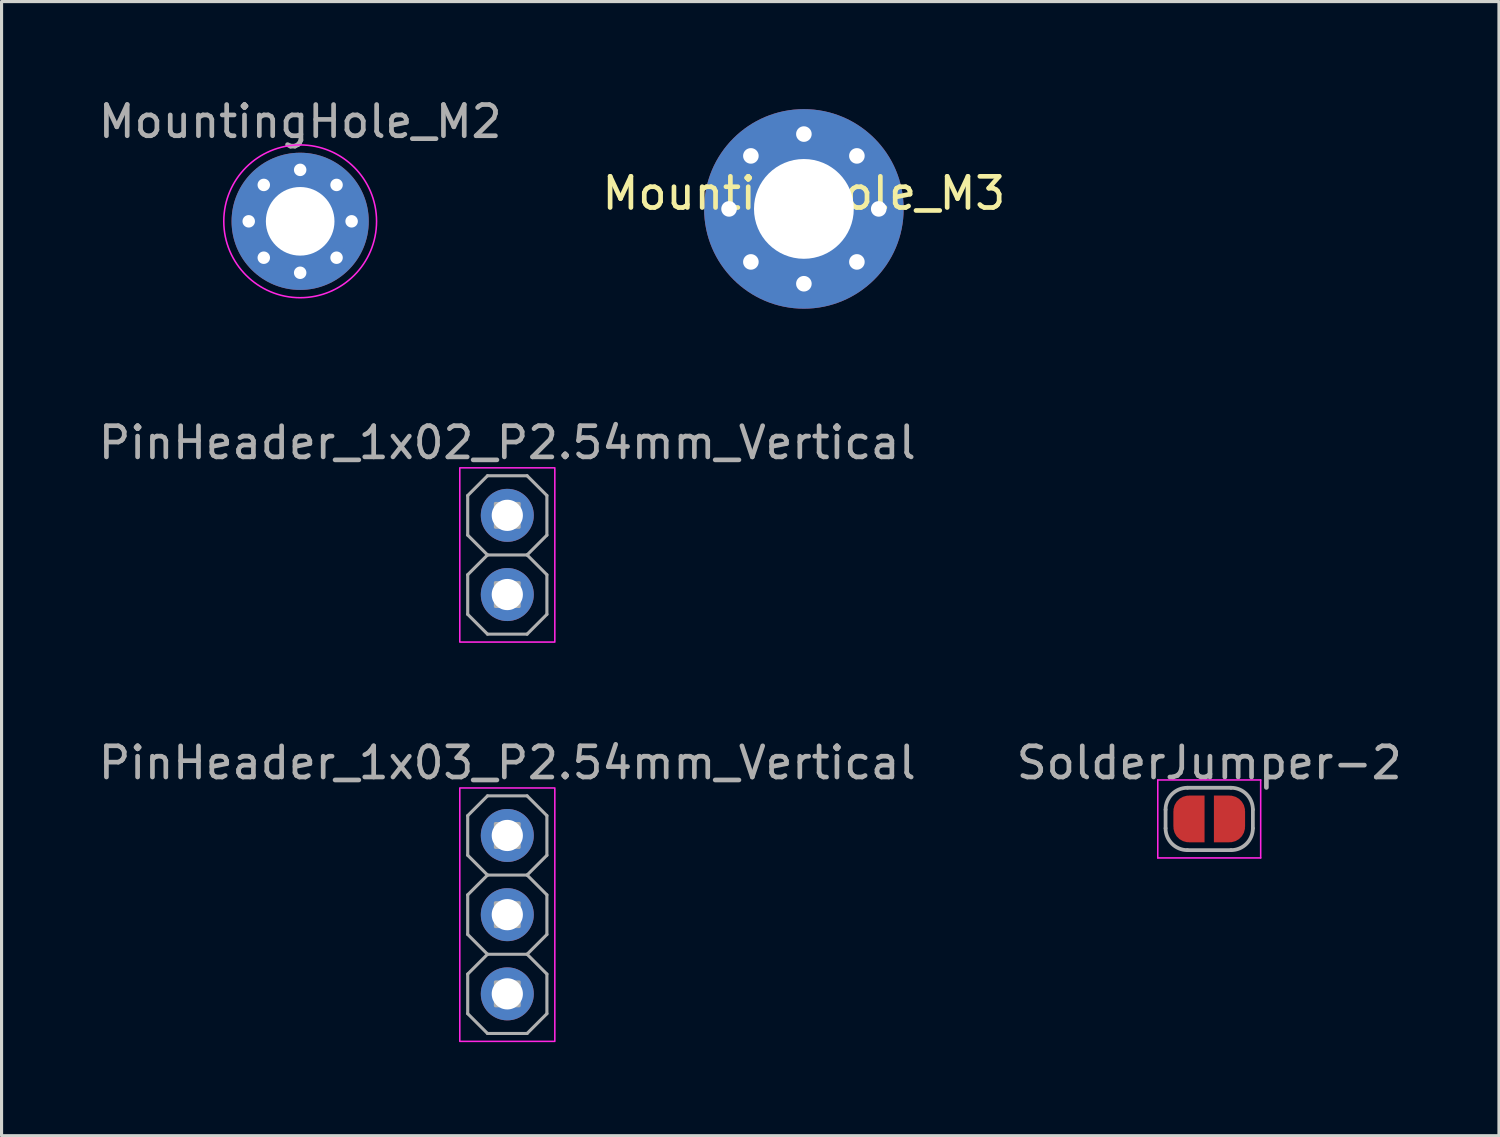
<source format=kicad_pcb>
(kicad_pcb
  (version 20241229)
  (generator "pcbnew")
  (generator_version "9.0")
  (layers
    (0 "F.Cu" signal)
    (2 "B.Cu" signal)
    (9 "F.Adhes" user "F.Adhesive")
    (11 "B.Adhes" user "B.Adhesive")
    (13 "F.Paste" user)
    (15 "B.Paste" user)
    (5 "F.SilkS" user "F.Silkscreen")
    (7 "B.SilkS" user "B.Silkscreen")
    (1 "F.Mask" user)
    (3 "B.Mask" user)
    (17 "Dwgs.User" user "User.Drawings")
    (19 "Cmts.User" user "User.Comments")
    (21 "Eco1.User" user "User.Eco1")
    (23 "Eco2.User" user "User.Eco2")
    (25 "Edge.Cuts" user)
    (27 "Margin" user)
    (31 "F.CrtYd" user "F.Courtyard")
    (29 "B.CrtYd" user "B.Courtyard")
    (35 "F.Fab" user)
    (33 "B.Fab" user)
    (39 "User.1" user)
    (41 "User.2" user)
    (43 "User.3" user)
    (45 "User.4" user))
  (footprint "PinHeader_1x02_P2.54mm_Vertical"
    (layer "F.Cu")
    (at 13.22 13.478)
    (property "Reference" "PinHeader_1x02_P2.54mm_Vertical" (at 0 -2.33 0) (layer "F.Fab") (effects (font (size 1 1) (thickness 0.15))))
    (attr through_hole)
    (fp_rect (start -1.524 -1.524) (end 1.524 4.064) (stroke (width 0.05) (type default)) (fill no) (layer "F.CrtYd"))
    (fp_line (start -1.27 -0.635) (end -0.635 -1.27) (stroke (width 0.1) (type solid)) (layer "F.Fab"))
    (fp_line (start -1.27 0.635) (end -1.27 -0.635) (stroke (width 0.1) (type solid)) (layer "F.Fab"))
    (fp_line (start -1.27 1.905) (end -0.635 1.27) (stroke (width 0.1) (type solid)) (layer "F.Fab"))
    (fp_line (start -1.27 3.175) (end -1.27 1.905) (stroke (width 0.1) (type solid)) (layer "F.Fab"))
    (fp_line (start -0.635 -1.27) (end 0.635 -1.27) (stroke (width 0.1) (type solid)) (layer "F.Fab"))
    (fp_line (start -0.635 1.27) (end -1.27 0.635) (stroke (width 0.1) (type solid)) (layer "F.Fab"))
    (fp_line (start -0.635 1.27) (end 0.635 1.27) (stroke (width 0.1) (type solid)) (layer "F.Fab"))
    (fp_line (start -0.635 3.81) (end -1.27 3.175) (stroke (width 0.1) (type solid)) (layer "F.Fab"))
    (fp_line (start -0.635 3.81) (end 0.635 3.81) (stroke (width 0.1) (type solid)) (layer "F.Fab"))
    (fp_line (start 0.635 -1.27) (end 1.27 -0.635) (stroke (width 0.1) (type solid)) (layer "F.Fab"))
    (fp_line (start 0.635 1.27) (end 1.27 1.905) (stroke (width 0.1) (type solid)) (layer "F.Fab"))
    (fp_line (start 1.27 0.635) (end 0.635 1.27) (stroke (width 0.1) (type solid)) (layer "F.Fab"))
    (fp_line (start 1.27 0.635) (end 1.27 -0.635) (stroke (width 0.1) (type solid)) (layer "F.Fab"))
    (fp_line (start 1.27 3.175) (end 0.635 3.81) (stroke (width 0.1) (type solid)) (layer "F.Fab"))
    (fp_line (start 1.27 3.175) (end 1.27 1.905) (stroke (width 0.1) (type solid)) (layer "F.Fab"))
    (fp_rect (start -0.381 -0.381) (end 0.381 0.381) (stroke (width 0.1) (type default)) (fill no) (layer "F.Fab"))
    (fp_rect (start -0.381 2.159) (end 0.381 2.921) (stroke (width 0.1) (type default)) (fill no) (layer "F.Fab"))
    (fp_rect (start -0.127 -0.127) (end 0.127 0.127) (stroke (width 0.1) (type default)) (fill no) (layer "F.Fab"))
    (fp_rect (start -0.127 2.413) (end 0.127 2.667) (stroke (width 0.1) (type default)) (fill no) (layer "F.Fab"))
    (pad "1" thru_hole circle (at 0 0) (size 1.7 1.7) (drill 1) (layers "*.Cu" "*.Mask"))
    (pad "2" thru_hole oval (at 0 2.54) (size 1.7 1.7) (drill 1) (layers "*.Cu" "*.Mask")))
  (footprint "MountingHole_M2"
    (layer "F.Cu")
    (at 6.577 4.048)
    (property "Reference" "MountingHole_M2" (at 0 -3.2 0) (layer "F.Fab") (effects (font (size 1 1) (thickness 0.15))))
    (attr exclude_from_pos_files exclude_from_bom allow_soldermask_bridges)
    (fp_circle (center 0 0) (end 2.45 0) (stroke (width 0.05) (type solid)) (fill no) (layer "F.CrtYd"))
    (pad "1" thru_hole circle (at -1.65 0) (size 0.7 0.7) (drill 0.4) (layers "*.Cu" "*.Mask"))
    (pad "1" thru_hole circle (at -1.167 -1.167) (size 0.7 0.7) (drill 0.4) (layers "*.Cu" "*.Mask"))
    (pad "1" thru_hole circle (at -1.167 1.167) (size 0.7 0.7) (drill 0.4) (layers "*.Cu" "*.Mask"))
    (pad "1" thru_hole circle (at 0 -1.65) (size 0.7 0.7) (drill 0.4) (layers "*.Cu" "*.Mask"))
    (pad "1" thru_hole circle (at 0 0) (size 4.4 4.4) (drill 2.2) (layers "*.Cu" "*.Mask"))
    (pad "1" thru_hole circle (at 0 1.65) (size 0.7 0.7) (drill 0.4) (layers "*.Cu" "*.Mask"))
    (pad "1" thru_hole circle (at 1.167 -1.167) (size 0.7 0.7) (drill 0.4) (layers "*.Cu" "*.Mask"))
    (pad "1" thru_hole circle (at 1.167 1.167) (size 0.7 0.7) (drill 0.4) (layers "*.Cu" "*.Mask"))
    (pad "1" thru_hole circle (at 1.65 0) (size 0.7 0.7) (drill 0.4) (layers "*.Cu" "*.Mask")))
  (footprint "PinHeader_1x03_P2.54mm_Vertical"
    (layer "F.Cu")
    (at 13.22 23.745)
    (property "Reference" "PinHeader_1x03_P2.54mm_Vertical" (at 0 -2.33 0) (layer "F.Fab") (effects (font (size 1 1) (thickness 0.15))))
    (attr through_hole)
    (fp_rect (start -1.524 -1.524) (end 1.524 6.604) (stroke (width 0.05) (type default)) (fill no) (layer "F.CrtYd"))
    (fp_line (start -1.27 -0.635) (end -0.635 -1.27) (stroke (width 0.1) (type solid)) (layer "F.Fab"))
    (fp_line (start -1.27 0.635) (end -1.27 -0.635) (stroke (width 0.1) (type solid)) (layer "F.Fab"))
    (fp_line (start -1.27 1.905) (end -0.635 1.27) (stroke (width 0.1) (type solid)) (layer "F.Fab"))
    (fp_line (start -1.27 3.175) (end -1.27 1.905) (stroke (width 0.1) (type solid)) (layer "F.Fab"))
    (fp_line (start -1.27 4.445) (end -0.635 3.81) (stroke (width 0.1) (type solid)) (layer "F.Fab"))
    (fp_line (start -1.27 5.715) (end -1.27 4.445) (stroke (width 0.1) (type solid)) (layer "F.Fab"))
    (fp_line (start -0.635 -1.27) (end 0.635 -1.27) (stroke (width 0.1) (type solid)) (layer "F.Fab"))
    (fp_line (start -0.635 1.27) (end -1.27 0.635) (stroke (width 0.1) (type solid)) (layer "F.Fab"))
    (fp_line (start -0.635 1.27) (end 0.635 1.27) (stroke (width 0.1) (type solid)) (layer "F.Fab"))
    (fp_line (start -0.635 3.81) (end -1.27 3.175) (stroke (width 0.1) (type solid)) (layer "F.Fab"))
    (fp_line (start -0.635 3.81) (end 0.635 3.81) (stroke (width 0.1) (type solid)) (layer "F.Fab"))
    (fp_line (start -0.635 6.35) (end -1.27 5.715) (stroke (width 0.1) (type solid)) (layer "F.Fab"))
    (fp_line (start -0.635 6.35) (end 0.635 6.35) (stroke (width 0.1) (type solid)) (layer "F.Fab"))
    (fp_line (start 0.635 -1.27) (end 1.27 -0.635) (stroke (width 0.1) (type solid)) (layer "F.Fab"))
    (fp_line (start 0.635 1.27) (end 1.27 1.905) (stroke (width 0.1) (type solid)) (layer "F.Fab"))
    (fp_line (start 0.635 3.81) (end 1.27 4.445) (stroke (width 0.1) (type solid)) (layer "F.Fab"))
    (fp_line (start 1.27 0.635) (end 0.635 1.27) (stroke (width 0.1) (type solid)) (layer "F.Fab"))
    (fp_line (start 1.27 0.635) (end 1.27 -0.635) (stroke (width 0.1) (type solid)) (layer "F.Fab"))
    (fp_line (start 1.27 3.175) (end 0.635 3.81) (stroke (width 0.1) (type solid)) (layer "F.Fab"))
    (fp_line (start 1.27 3.175) (end 1.27 1.905) (stroke (width 0.1) (type solid)) (layer "F.Fab"))
    (fp_line (start 1.27 5.715) (end 0.635 6.35) (stroke (width 0.1) (type solid)) (layer "F.Fab"))
    (fp_line (start 1.27 5.715) (end 1.27 4.445) (stroke (width 0.1) (type solid)) (layer "F.Fab"))
    (fp_rect (start -0.381 -0.381) (end 0.381 0.381) (stroke (width 0.1) (type default)) (fill no) (layer "F.Fab"))
    (fp_rect (start -0.381 2.159) (end 0.381 2.921) (stroke (width 0.1) (type default)) (fill no) (layer "F.Fab"))
    (fp_rect (start -0.381 4.699) (end 0.381 5.461) (stroke (width 0.1) (type default)) (fill no) (layer "F.Fab"))
    (fp_rect (start -0.127 -0.127) (end 0.127 0.127) (stroke (width 0.1) (type default)) (fill no) (layer "F.Fab"))
    (fp_rect (start -0.127 2.413) (end 0.127 2.667) (stroke (width 0.1) (type default)) (fill no) (layer "F.Fab"))
    (fp_rect (start -0.127 4.953) (end 0.127 5.207) (stroke (width 0.1) (type default)) (fill no) (layer "F.Fab"))
    (pad "1" thru_hole circle (at 0 0) (size 1.7 1.7) (drill 1) (layers "*.Cu" "*.Mask"))
    (pad "2" thru_hole oval (at 0 2.54) (size 1.7 1.7) (drill 1) (layers "*.Cu" "*.Mask"))
    (pad "3" thru_hole oval (at 0 5.08) (size 1.7 1.7) (drill 1) (layers "*.Cu" "*.Mask")))
  (footprint "MountingHole_M3"
    (layer "F.Cu")
    (at 22.732 3.65)
    (property "Reference" "MountingHole_M3" (at 0 -0.5 0) (unlocked yes) (layer "F.SilkS") (effects (font (size 1 1) (thickness 0.15))))
    (fp_circle (center 0 0) (end 3.6 0) (stroke (width 0.1) (type solid)) (fill no) (layer "Margin"))
    (pad "" thru_hole circle (at -2.4 0) (size 1 1) (drill 0.5) (layers "*.Cu" "*.Mask"))
    (pad "" thru_hole circle (at -1.7 -1.7) (size 1 1) (drill 0.5) (layers "*.Cu" "*.Mask"))
    (pad "" thru_hole circle (at -1.7 1.7) (size 1 1) (drill 0.5) (layers "*.Cu" "*.Mask"))
    (pad "" thru_hole circle (at 0 -2.4) (size 1 1) (drill 0.5) (layers "*.Cu" "*.Mask"))
    (pad "" thru_hole circle (at 0 0) (size 6.4 6.4) (drill 3.2) (layers "*.Cu" "*.Mask"))
    (pad "" thru_hole circle (at 0 2.4) (size 1 1) (drill 0.5) (layers "*.Cu" "*.Mask"))
    (pad "" thru_hole circle (at 1.7 -1.7) (size 1 1) (drill 0.5) (layers "*.Cu" "*.Mask"))
    (pad "" thru_hole circle (at 1.7 1.7) (size 1 1) (drill 0.5) (layers "*.Cu" "*.Mask"))
    (pad "" thru_hole circle (at 2.4 0) (size 1 1) (drill 0.5) (layers "*.Cu" "*.Mask")))
  (footprint "SolderJumper-2"
    (layer "F.Cu")
    (at 35.732 23.215)
    (property "Reference" "SolderJumper-2" (at 0 -1.8 0) (layer "F.Fab") (effects (font (size 1 1) (thickness 0.15))))
    (attr exclude_from_pos_files exclude_from_bom)
    (fp_line (start -1.65 -1.25) (end -1.65 1.25) (stroke (width 0.05) (type solid)) (layer "F.CrtYd"))
    (fp_line (start -1.65 -1.25) (end 1.65 -1.25) (stroke (width 0.05) (type solid)) (layer "F.CrtYd"))
    (fp_line (start 1.65 1.25) (end -1.65 1.25) (stroke (width 0.05) (type solid)) (layer "F.CrtYd"))
    (fp_line (start 1.65 1.25) (end 1.65 -1.25) (stroke (width 0.05) (type solid)) (layer "F.CrtYd"))
    (fp_line (start -1.4 0.3) (end -1.4 -0.3) (stroke (width 0.12) (type solid)) (layer "F.Fab"))
    (fp_line (start -0.7 -1) (end 0.7 -1) (stroke (width 0.12) (type solid)) (layer "F.Fab"))
    (fp_line (start 0.7 1) (end -0.7 1) (stroke (width 0.12) (type solid)) (layer "F.Fab"))
    (fp_line (start 1.4 -0.3) (end 1.4 0.3) (stroke (width 0.12) (type solid)) (layer "F.Fab"))
    (fp_arc (start -1.4 -0.3) (mid -1.194975 -0.794974) (end -0.7 -1) (stroke (width 0.12) (type solid)) (layer "F.Fab"))
    (fp_arc (start -0.7 1) (mid -1.194974 0.794975) (end -1.4 0.3) (stroke (width 0.12) (type solid)) (layer "F.Fab"))
    (fp_arc (start 0.7 -1) (mid 1.194974 -0.794975) (end 1.4 -0.3) (stroke (width 0.12) (type solid)) (layer "F.Fab"))
    (fp_arc (start 1.4 0.3) (mid 1.194975 0.794974) (end 0.7 1) (stroke (width 0.12) (type solid)) (layer "F.Fab"))
    (pad "1" smd custom (at -0.65 0) (size 1 0.5) (layers "F.Cu" "F.Mask") (options (anchor rect)) (primitives (gr_circle (center 0 0.25) (end 0.5 0.25) (width 0) (fill yes)) (gr_circle (center 0 -0.25) (end 0.5 -0.25) (width 0) (fill yes)) (gr_poly (pts (xy 0.5 0.75) (xy 0 0.75) (xy 0 -0.75) (xy 0.5 -0.75)) (width 0) (fill yes))))
    (pad "2" smd custom (at 0.65 0) (size 1 0.5) (layers "F.Cu" "F.Mask") (options (anchor rect)) (primitives (gr_circle (center 0 0.25) (end 0.5 0.25) (width 0) (fill yes)) (gr_circle (center 0 -0.25) (end 0.5 -0.25) (width 0) (fill yes)) (gr_poly (pts (xy 0 0.75) (xy -0.5 0.75) (xy -0.5 -0.75) (xy 0 -0.75)) (width 0) (fill yes)))))
  (gr_rect
    (start -3 -3)
    (end 45.024 33.374)
    (stroke (width 0.1) (type default))
    (fill no)
    (layer "Edge.Cuts")))
</source>
